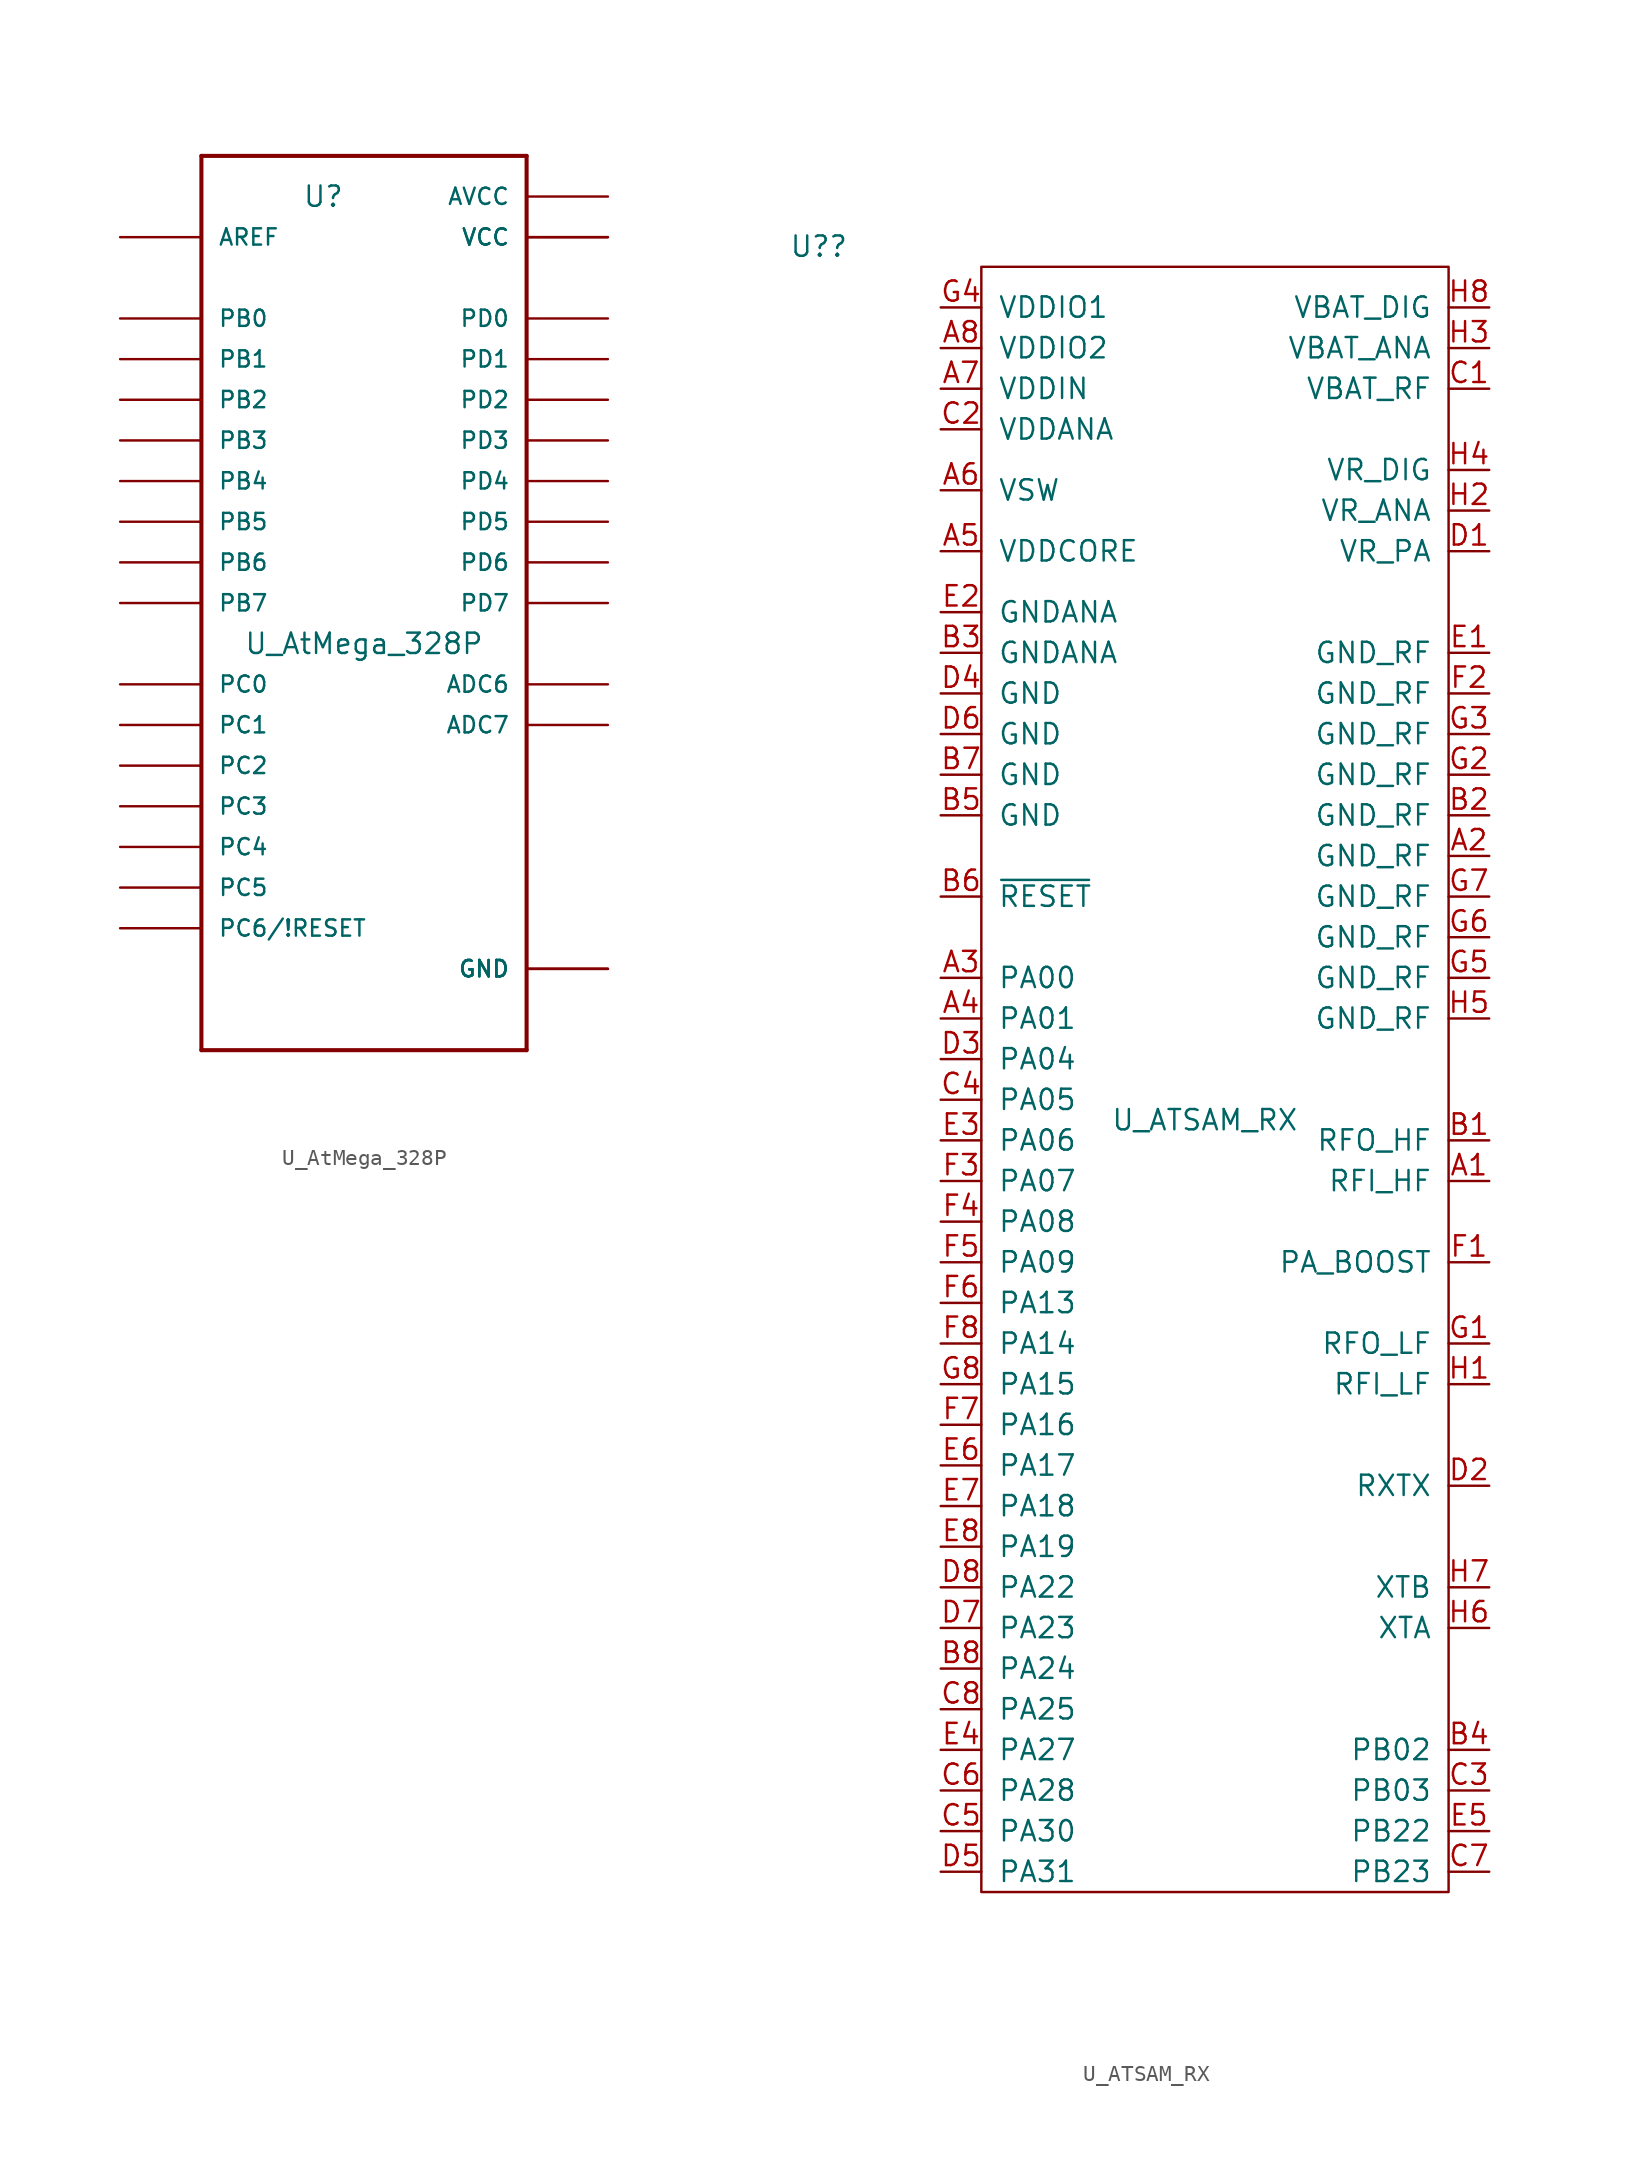
<source format=kicad_sym>
(kicad_symbol_lib
  (version 20220914)
  (generator kicad_symbol_editor)
  (symbol "U_AtMega_328P"
    (pin_numbers hide)
    (pin_names
      (offset 1.016))
    (property "Reference" "U"
      (at -2.54 25.4 0)
      (effects (font (size 1.27 1.27))))
    (property "Value" "U_AtMega_328P"
      (at 0 -2.54 0)
      (effects (font (size 1.27 1.27))))
    (symbol "U_AtMega_328P_1_1"
      (polyline (pts (xy -10.16 -27.94) (xy -10.16 27.94)) (stroke (width 0.254) (type solid)) (fill (type none)))
      (polyline (pts (xy -10.16 27.94) (xy 10.16 27.94)) (stroke (width 0.254) (type solid)) (fill (type none)))
      (polyline (pts (xy 10.16 -27.94) (xy -10.16 -27.94)) (stroke (width 0.254) (type solid)) (fill (type none)))
      (polyline (pts (xy 10.16 27.94) (xy 10.16 -27.94)) (stroke (width 0.254) (type solid)) (fill (type none)))
      (pin bidirectional line (at 15.24 10.16 180) (length 5.08) (name "PD3" (effects (font (size 1.016 1.016)))) (number "1" (effects (font (size 1.016 1.016)))))
      (pin bidirectional line (at 15.24 2.54 180) (length 5.08) (name "PD6" (effects (font (size 1.016 1.016)))) (number "10" (effects (font (size 1.016 1.016)))))
      (pin bidirectional line (at 15.24 0 180) (length 5.08) (name "PD7" (effects (font (size 1.016 1.016)))) (number "11" (effects (font (size 1.016 1.016)))))
      (pin bidirectional line (at -15.24 17.78 0) (length 5.08) (name "PB0" (effects (font (size 1.016 1.016)))) (number "12" (effects (font (size 1.016 1.016)))))
      (pin bidirectional line (at -15.24 15.24 0) (length 5.08) (name "PB1" (effects (font (size 1.016 1.016)))) (number "13" (effects (font (size 1.016 1.016)))))
      (pin bidirectional line (at -15.24 12.7 0) (length 5.08) (name "PB2" (effects (font (size 1.016 1.016)))) (number "14" (effects (font (size 1.016 1.016)))))
      (pin bidirectional line (at -15.24 10.16 0) (length 5.08) (name "PB3" (effects (font (size 1.016 1.016)))) (number "15" (effects (font (size 1.016 1.016)))))
      (pin bidirectional line (at -15.24 7.62 0) (length 5.08) (name "PB4" (effects (font (size 1.016 1.016)))) (number "16" (effects (font (size 1.016 1.016)))))
      (pin bidirectional line (at -15.24 5.08 0) (length 5.08) (name "PB5" (effects (font (size 1.016 1.016)))) (number "17" (effects (font (size 1.016 1.016)))))
      (pin power_in line (at 15.24 25.4 180) (length 5.08) (name "AVCC" (effects (font (size 1.016 1.016)))) (number "18" (effects (font (size 1.016 1.016)))))
      (pin bidirectional line (at 15.24 -5.08 180) (length 5.08) (name "ADC6" (effects (font (size 1.016 1.016)))) (number "19" (effects (font (size 1.016 1.016)))))
      (pin bidirectional line (at 15.24 7.62 180) (length 5.08) (name "PD4" (effects (font (size 1.016 1.016)))) (number "2" (effects (font (size 1.016 1.016)))))
      (pin input line (at -15.24 22.86 0) (length 5.08) (name "AREF" (effects (font (size 1.016 1.016)))) (number "20" (effects (font (size 1.016 1.016)))))
      (pin power_in line (at 15.24 -22.86 180) (length 5.08) (name "GND" (effects (font (size 1.016 1.016)))) (number "21" (effects (font (size 1.016 1.016)))))
      (pin bidirectional line (at 15.24 -7.62 180) (length 5.08) (name "ADC7" (effects (font (size 1.016 1.016)))) (number "22" (effects (font (size 1.016 1.016)))))
      (pin bidirectional line (at -15.24 -5.08 0) (length 5.08) (name "PC0" (effects (font (size 1.016 1.016)))) (number "23" (effects (font (size 1.016 1.016)))))
      (pin bidirectional line (at -15.24 -7.62 0) (length 5.08) (name "PC1" (effects (font (size 1.016 1.016)))) (number "24" (effects (font (size 1.016 1.016)))))
      (pin bidirectional line (at -15.24 -10.16 0) (length 5.08) (name "PC2" (effects (font (size 1.016 1.016)))) (number "25" (effects (font (size 1.016 1.016)))))
      (pin bidirectional line (at -15.24 -12.7 0) (length 5.08) (name "PC3" (effects (font (size 1.016 1.016)))) (number "26" (effects (font (size 1.016 1.016)))))
      (pin bidirectional line (at -15.24 -15.24 0) (length 5.08) (name "PC4" (effects (font (size 1.016 1.016)))) (number "27" (effects (font (size 1.016 1.016)))))
      (pin bidirectional line (at -15.24 -17.78 0) (length 5.08) (name "PC5" (effects (font (size 1.016 1.016)))) (number "28" (effects (font (size 1.016 1.016)))))
      (pin bidirectional line (at -15.24 -20.32 0) (length 5.08) (name "PC6/!RESET" (effects (font (size 1.016 1.016)))) (number "29" (effects (font (size 1.016 1.016)))))
      (pin power_in line (at 15.24 -22.86 180) (length 5.08) (name "GND" (effects (font (size 1.016 1.016)))) (number "3" (effects (font (size 1.016 1.016)))))
      (pin bidirectional line (at 15.24 17.78 180) (length 5.08) (name "PD0" (effects (font (size 1.016 1.016)))) (number "30" (effects (font (size 1.016 1.016)))))
      (pin bidirectional line (at 15.24 15.24 180) (length 5.08) (name "PD1" (effects (font (size 1.016 1.016)))) (number "31" (effects (font (size 1.016 1.016)))))
      (pin bidirectional line (at 15.24 12.7 180) (length 5.08) (name "PD2" (effects (font (size 1.016 1.016)))) (number "32" (effects (font (size 1.016 1.016)))))
      (pin power_in line (at 15.24 22.86 180) (length 5.08) (name "VCC" (effects (font (size 1.016 1.016)))) (number "4" (effects (font (size 1.016 1.016)))))
      (pin power_in line (at 15.24 -22.86 180) (length 5.08) (name "GND" (effects (font (size 1.016 1.016)))) (number "5" (effects (font (size 1.016 1.016)))))
      (pin power_in line (at 15.24 22.86 180) (length 5.08) (name "VCC" (effects (font (size 1.016 1.016)))) (number "6" (effects (font (size 1.016 1.016)))))
      (pin bidirectional line (at -15.24 2.54 0) (length 5.08) (name "PB6" (effects (font (size 1.016 1.016)))) (number "7" (effects (font (size 1.016 1.016)))))
      (pin bidirectional line (at -15.24 0 0) (length 5.08) (name "PB7" (effects (font (size 1.016 1.016)))) (number "8" (effects (font (size 1.016 1.016)))))
      (pin bidirectional line (at 15.24 5.08 180) (length 5.08) (name "PD5" (effects (font (size 1.016 1.016)))) (number "9" (effects (font (size 1.016 1.016)))))))
  (symbol "U_ATSAM_RX"
    (pin_names
      (offset 1.016))
    (property "Reference" "U?"
      (at -24.13 22.86 0)
      (effects (font (size 1.27 1.27))))
    (property "Value" "U_ATSAM_RX"
      (at 0 -31.75 0)
      (effects (font (size 1.27 1.27))))
    (symbol "U_ATSAM_RX_0_1"
      (rectangle (start -13.97 21.59) (end 15.24 -80.01) (stroke (width 0) (type solid)) (fill (type none))))
    (symbol "U_ATSAM_RX_1_1"
      (pin bidirectional line (at 17.78 -35.56 180) (length 2.54) (name "RFI_HF" (effects (font (size 1.27 1.27)))) (number "A1" (effects (font (size 1.27 1.27)))))
      (pin bidirectional line (at 17.78 -15.24 180) (length 2.54) (name "GND_RF" (effects (font (size 1.27 1.27)))) (number "A2" (effects (font (size 1.27 1.27)))))
      (pin bidirectional line (at -16.51 -22.86 0) (length 2.54) (name "PA00" (effects (font (size 1.27 1.27)))) (number "A3" (effects (font (size 1.27 1.27)))))
      (pin bidirectional line (at -16.51 -25.4 0) (length 2.54) (name "PA01" (effects (font (size 1.27 1.27)))) (number "A4" (effects (font (size 1.27 1.27)))))
      (pin bidirectional line (at -16.51 3.81 0) (length 2.54) (name "VDDCORE" (effects (font (size 1.27 1.27)))) (number "A5" (effects (font (size 1.27 1.27)))))
      (pin bidirectional line (at -16.51 7.62 0) (length 2.54) (name "VSW" (effects (font (size 1.27 1.27)))) (number "A6" (effects (font (size 1.27 1.27)))))
      (pin bidirectional line (at -16.51 13.97 0) (length 2.54) (name "VDDIN" (effects (font (size 1.27 1.27)))) (number "A7" (effects (font (size 1.27 1.27)))))
      (pin bidirectional line (at -16.51 16.51 0) (length 2.54) (name "VDDIO2" (effects (font (size 1.27 1.27)))) (number "A8" (effects (font (size 1.27 1.27)))))
      (pin bidirectional line (at 17.78 -33.02 180) (length 2.54) (name "RFO_HF" (effects (font (size 1.27 1.27)))) (number "B1" (effects (font (size 1.27 1.27)))))
      (pin bidirectional line (at 17.78 -12.7 180) (length 2.54) (name "GND_RF" (effects (font (size 1.27 1.27)))) (number "B2" (effects (font (size 1.27 1.27)))))
      (pin bidirectional line (at -16.51 -2.54 0) (length 2.54) (name "GNDANA" (effects (font (size 1.27 1.27)))) (number "B3" (effects (font (size 1.27 1.27)))))
      (pin bidirectional line (at 17.78 -71.12 180) (length 2.54) (name "PB02" (effects (font (size 1.27 1.27)))) (number "B4" (effects (font (size 1.27 1.27)))))
      (pin bidirectional line (at -16.51 -12.7 0) (length 2.54) (name "GND" (effects (font (size 1.27 1.27)))) (number "B5" (effects (font (size 1.27 1.27)))))
      (pin bidirectional line (at -16.51 -17.78 0) (length 2.54) (name "~{RESET}" (effects (font (size 1.27 1.27)))) (number "B6" (effects (font (size 1.27 1.27)))))
      (pin bidirectional line (at -16.51 -10.16 0) (length 2.54) (name "GND" (effects (font (size 1.27 1.27)))) (number "B7" (effects (font (size 1.27 1.27)))))
      (pin bidirectional line (at -16.51 -66.04 0) (length 2.54) (name "PA24" (effects (font (size 1.27 1.27)))) (number "B8" (effects (font (size 1.27 1.27)))))
      (pin bidirectional line (at 17.78 13.97 180) (length 2.54) (name "VBAT_RF" (effects (font (size 1.27 1.27)))) (number "C1" (effects (font (size 1.27 1.27)))))
      (pin bidirectional line (at -16.51 11.43 0) (length 2.54) (name "VDDANA" (effects (font (size 1.27 1.27)))) (number "C2" (effects (font (size 1.27 1.27)))))
      (pin bidirectional line (at 17.78 -73.66 180) (length 2.54) (name "PB03" (effects (font (size 1.27 1.27)))) (number "C3" (effects (font (size 1.27 1.27)))))
      (pin bidirectional line (at -16.51 -30.48 0) (length 2.54) (name "PA05" (effects (font (size 1.27 1.27)))) (number "C4" (effects (font (size 1.27 1.27)))))
      (pin bidirectional line (at -16.51 -76.2 0) (length 2.54) (name "PA30" (effects (font (size 1.27 1.27)))) (number "C5" (effects (font (size 1.27 1.27)))))
      (pin bidirectional line (at -16.51 -73.66 0) (length 2.54) (name "PA28" (effects (font (size 1.27 1.27)))) (number "C6" (effects (font (size 1.27 1.27)))))
      (pin bidirectional line (at 17.78 -78.74 180) (length 2.54) (name "PB23" (effects (font (size 1.27 1.27)))) (number "C7" (effects (font (size 1.27 1.27)))))
      (pin bidirectional line (at -16.51 -68.58 0) (length 2.54) (name "PA25" (effects (font (size 1.27 1.27)))) (number "C8" (effects (font (size 1.27 1.27)))))
      (pin bidirectional line (at 17.78 3.81 180) (length 2.54) (name "VR_PA" (effects (font (size 1.27 1.27)))) (number "D1" (effects (font (size 1.27 1.27)))))
      (pin bidirectional line (at 17.78 -54.61 180) (length 2.54) (name "RXTX" (effects (font (size 1.27 1.27)))) (number "D2" (effects (font (size 1.27 1.27)))))
      (pin bidirectional line (at -16.51 -27.94 0) (length 2.54) (name "PA04" (effects (font (size 1.27 1.27)))) (number "D3" (effects (font (size 1.27 1.27)))))
      (pin bidirectional line (at -16.51 -5.08 0) (length 2.54) (name "GND" (effects (font (size 1.27 1.27)))) (number "D4" (effects (font (size 1.27 1.27)))))
      (pin bidirectional line (at -16.51 -78.74 0) (length 2.54) (name "PA31" (effects (font (size 1.27 1.27)))) (number "D5" (effects (font (size 1.27 1.27)))))
      (pin bidirectional line (at -16.51 -7.62 0) (length 2.54) (name "GND" (effects (font (size 1.27 1.27)))) (number "D6" (effects (font (size 1.27 1.27)))))
      (pin bidirectional line (at -16.51 -63.5 0) (length 2.54) (name "PA23" (effects (font (size 1.27 1.27)))) (number "D7" (effects (font (size 1.27 1.27)))))
      (pin bidirectional line (at -16.51 -60.96 0) (length 2.54) (name "PA22" (effects (font (size 1.27 1.27)))) (number "D8" (effects (font (size 1.27 1.27)))))
      (pin bidirectional line (at 17.78 -2.54 180) (length 2.54) (name "GND_RF" (effects (font (size 1.27 1.27)))) (number "E1" (effects (font (size 1.27 1.27)))))
      (pin bidirectional line (at -16.51 0 0) (length 2.54) (name "GNDANA" (effects (font (size 1.27 1.27)))) (number "E2" (effects (font (size 1.27 1.27)))))
      (pin bidirectional line (at -16.51 -33.02 0) (length 2.54) (name "PA06" (effects (font (size 1.27 1.27)))) (number "E3" (effects (font (size 1.27 1.27)))))
      (pin bidirectional line (at -16.51 -71.12 0) (length 2.54) (name "PA27" (effects (font (size 1.27 1.27)))) (number "E4" (effects (font (size 1.27 1.27)))))
      (pin bidirectional line (at 17.78 -76.2 180) (length 2.54) (name "PB22" (effects (font (size 1.27 1.27)))) (number "E5" (effects (font (size 1.27 1.27)))))
      (pin bidirectional line (at -16.51 -53.34 0) (length 2.54) (name "PA17" (effects (font (size 1.27 1.27)))) (number "E6" (effects (font (size 1.27 1.27)))))
      (pin bidirectional line (at -16.51 -55.88 0) (length 2.54) (name "PA18" (effects (font (size 1.27 1.27)))) (number "E7" (effects (font (size 1.27 1.27)))))
      (pin bidirectional line (at -16.51 -58.42 0) (length 2.54) (name "PA19" (effects (font (size 1.27 1.27)))) (number "E8" (effects (font (size 1.27 1.27)))))
      (pin bidirectional line (at 17.78 -40.64 180) (length 2.54) (name "PA_BOOST" (effects (font (size 1.27 1.27)))) (number "F1" (effects (font (size 1.27 1.27)))))
      (pin bidirectional line (at 17.78 -5.08 180) (length 2.54) (name "GND_RF" (effects (font (size 1.27 1.27)))) (number "F2" (effects (font (size 1.27 1.27)))))
      (pin bidirectional line (at -16.51 -35.56 0) (length 2.54) (name "PA07" (effects (font (size 1.27 1.27)))) (number "F3" (effects (font (size 1.27 1.27)))))
      (pin bidirectional line (at -16.51 -38.1 0) (length 2.54) (name "PA08" (effects (font (size 1.27 1.27)))) (number "F4" (effects (font (size 1.27 1.27)))))
      (pin bidirectional line (at -16.51 -40.64 0) (length 2.54) (name "PA09" (effects (font (size 1.27 1.27)))) (number "F5" (effects (font (size 1.27 1.27)))))
      (pin bidirectional line (at -16.51 -43.18 0) (length 2.54) (name "PA13" (effects (font (size 1.27 1.27)))) (number "F6" (effects (font (size 1.27 1.27)))))
      (pin bidirectional line (at -16.51 -50.8 0) (length 2.54) (name "PA16" (effects (font (size 1.27 1.27)))) (number "F7" (effects (font (size 1.27 1.27)))))
      (pin bidirectional line (at -16.51 -45.72 0) (length 2.54) (name "PA14" (effects (font (size 1.27 1.27)))) (number "F8" (effects (font (size 1.27 1.27)))))
      (pin bidirectional line (at 17.78 -45.72 180) (length 2.54) (name "RFO_LF" (effects (font (size 1.27 1.27)))) (number "G1" (effects (font (size 1.27 1.27)))))
      (pin bidirectional line (at 17.78 -10.16 180) (length 2.54) (name "GND_RF" (effects (font (size 1.27 1.27)))) (number "G2" (effects (font (size 1.27 1.27)))))
      (pin bidirectional line (at 17.78 -7.62 180) (length 2.54) (name "GND_RF" (effects (font (size 1.27 1.27)))) (number "G3" (effects (font (size 1.27 1.27)))))
      (pin bidirectional line (at -16.51 19.05 0) (length 2.54) (name "VDDIO1" (effects (font (size 1.27 1.27)))) (number "G4" (effects (font (size 1.27 1.27)))))
      (pin bidirectional line (at 17.78 -22.86 180) (length 2.54) (name "GND_RF" (effects (font (size 1.27 1.27)))) (number "G5" (effects (font (size 1.27 1.27)))))
      (pin bidirectional line (at 17.78 -20.32 180) (length 2.54) (name "GND_RF" (effects (font (size 1.27 1.27)))) (number "G6" (effects (font (size 1.27 1.27)))))
      (pin bidirectional line (at 17.78 -17.78 180) (length 2.54) (name "GND_RF" (effects (font (size 1.27 1.27)))) (number "G7" (effects (font (size 1.27 1.27)))))
      (pin bidirectional line (at -16.51 -48.26 0) (length 2.54) (name "PA15" (effects (font (size 1.27 1.27)))) (number "G8" (effects (font (size 1.27 1.27)))))
      (pin bidirectional line (at 17.78 -48.26 180) (length 2.54) (name "RFI_LF" (effects (font (size 1.27 1.27)))) (number "H1" (effects (font (size 1.27 1.27)))))
      (pin bidirectional line (at 17.78 6.35 180) (length 2.54) (name "VR_ANA" (effects (font (size 1.27 1.27)))) (number "H2" (effects (font (size 1.27 1.27)))))
      (pin bidirectional line (at 17.78 16.51 180) (length 2.54) (name "VBAT_ANA" (effects (font (size 1.27 1.27)))) (number "H3" (effects (font (size 1.27 1.27)))))
      (pin bidirectional line (at 17.78 8.89 180) (length 2.54) (name "VR_DIG" (effects (font (size 1.27 1.27)))) (number "H4" (effects (font (size 1.27 1.27)))))
      (pin bidirectional line (at 17.78 -25.4 180) (length 2.54) (name "GND_RF" (effects (font (size 1.27 1.27)))) (number "H5" (effects (font (size 1.27 1.27)))))
      (pin bidirectional line (at 17.78 -63.5 180) (length 2.54) (name "XTA" (effects (font (size 1.27 1.27)))) (number "H6" (effects (font (size 1.27 1.27)))))
      (pin bidirectional line (at 17.78 -60.96 180) (length 2.54) (name "XTB" (effects (font (size 1.27 1.27)))) (number "H7" (effects (font (size 1.27 1.27)))))
      (pin bidirectional line (at 17.78 19.05 180) (length 2.54) (name "VBAT_DIG" (effects (font (size 1.27 1.27)))) (number "H8" (effects (font (size 1.27 1.27))))))))
</source>
